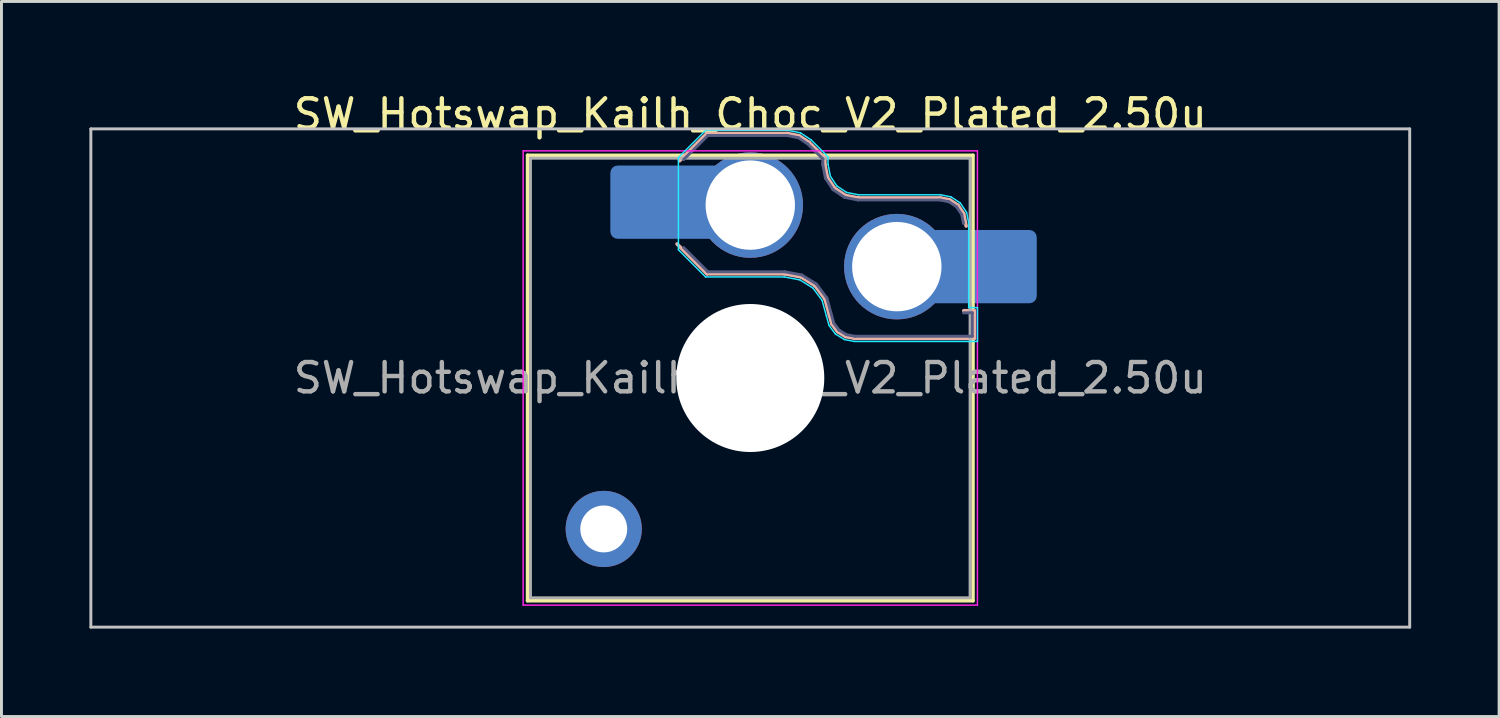
<source format=kicad_pcb>
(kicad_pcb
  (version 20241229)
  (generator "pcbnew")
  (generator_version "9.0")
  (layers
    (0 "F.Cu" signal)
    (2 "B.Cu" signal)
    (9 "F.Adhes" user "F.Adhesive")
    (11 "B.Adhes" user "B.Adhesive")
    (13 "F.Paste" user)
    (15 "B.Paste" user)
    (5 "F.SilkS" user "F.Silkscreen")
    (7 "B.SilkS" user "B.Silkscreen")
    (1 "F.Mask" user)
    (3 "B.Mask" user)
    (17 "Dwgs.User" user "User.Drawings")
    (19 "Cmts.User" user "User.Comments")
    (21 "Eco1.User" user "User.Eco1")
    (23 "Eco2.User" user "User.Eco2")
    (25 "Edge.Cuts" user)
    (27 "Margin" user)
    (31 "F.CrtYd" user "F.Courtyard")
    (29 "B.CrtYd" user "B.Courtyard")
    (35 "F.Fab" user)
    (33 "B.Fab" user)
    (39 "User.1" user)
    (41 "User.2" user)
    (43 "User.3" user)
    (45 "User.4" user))
  (footprint "SW_Hotswap_Kailh_Choc_V2_Plated_2.50u"
    (layer "F.Cu")
    (at 22.55 9.848)
    (property "Reference" "SW_Hotswap_Kailh_Choc_V2_Plated_2.50u" (at 0 -9 0) (layer "F.SilkS") (effects (font (size 1 1) (thickness 0.15))))
    (attr smd)
    (fp_line (start -7.6 -7.6) (end -7.6 7.6) (stroke (width 0.12) (type solid)) (layer "F.SilkS"))
    (fp_line (start -7.6 7.6) (end 7.6 7.6) (stroke (width 0.12) (type solid)) (layer "F.SilkS"))
    (fp_line (start 7.6 -7.6) (end -7.6 -7.6) (stroke (width 0.12) (type solid)) (layer "F.SilkS"))
    (fp_line (start 7.6 7.6) (end 7.6 -7.6) (stroke (width 0.12) (type solid)) (layer "F.SilkS"))
    (fp_line (start -2.416 -7.409) (end -1.479 -8.346) (stroke (width 0.12) (type solid)) (layer "B.SilkS"))
    (fp_line (start -1.479 -8.346) (end 1.268 -8.346) (stroke (width 0.12) (type solid)) (layer "B.SilkS"))
    (fp_line (start -1.479 -3.554) (end -2.5 -4.575) (stroke (width 0.12) (type solid)) (layer "B.SilkS"))
    (fp_line (start 1.168 -3.554) (end -1.479 -3.554) (stroke (width 0.12) (type solid)) (layer "B.SilkS"))
    (fp_line (start 1.268 -8.346) (end 1.671 -8.266) (stroke (width 0.12) (type solid)) (layer "B.SilkS"))
    (fp_line (start 1.671 -8.266) (end 2.013 -8.037) (stroke (width 0.12) (type solid)) (layer "B.SilkS"))
    (fp_line (start 1.73 -3.449) (end 1.168 -3.554) (stroke (width 0.12) (type solid)) (layer "B.SilkS"))
    (fp_line (start 2.013 -8.037) (end 2.546 -7.504) (stroke (width 0.12) (type solid)) (layer "B.SilkS"))
    (fp_line (start 2.209 -3.15) (end 1.73 -3.449) (stroke (width 0.12) (type solid)) (layer "B.SilkS"))
    (fp_line (start 2.546 -7.504) (end 2.546 -7.282) (stroke (width 0.12) (type solid)) (layer "B.SilkS"))
    (fp_line (start 2.546 -7.282) (end 2.633 -6.844) (stroke (width 0.12) (type solid)) (layer "B.SilkS"))
    (fp_line (start 2.547 -2.697) (end 2.209 -3.15) (stroke (width 0.12) (type solid)) (layer "B.SilkS"))
    (fp_line (start 2.633 -6.844) (end 2.877 -6.477) (stroke (width 0.12) (type solid)) (layer "B.SilkS"))
    (fp_line (start 2.701 -2.139) (end 2.547 -2.697) (stroke (width 0.12) (type solid)) (layer "B.SilkS"))
    (fp_line (start 2.783 -1.841) (end 2.701 -2.139) (stroke (width 0.12) (type solid)) (layer "B.SilkS"))
    (fp_line (start 2.877 -6.477) (end 3.244 -6.233) (stroke (width 0.12) (type solid)) (layer "B.SilkS"))
    (fp_line (start 2.976 -1.583) (end 2.783 -1.841) (stroke (width 0.12) (type solid)) (layer "B.SilkS"))
    (fp_line (start 3.244 -6.233) (end 3.682 -6.146) (stroke (width 0.12) (type solid)) (layer "B.SilkS"))
    (fp_line (start 3.25 -1.413) (end 2.976 -1.583) (stroke (width 0.12) (type solid)) (layer "B.SilkS"))
    (fp_line (start 3.56 -1.354) (end 3.25 -1.413) (stroke (width 0.12) (type solid)) (layer "B.SilkS"))
    (fp_line (start 3.682 -6.146) (end 6.482 -6.146) (stroke (width 0.12) (type solid)) (layer "B.SilkS"))
    (fp_line (start 6.482 -6.146) (end 6.809 -6.081) (stroke (width 0.12) (type solid)) (layer "B.SilkS"))
    (fp_line (start 6.809 -6.081) (end 7.092 -5.892) (stroke (width 0.12) (type solid)) (layer "B.SilkS"))
    (fp_line (start 7.092 -5.892) (end 7.281 -5.609) (stroke (width 0.12) (type solid)) (layer "B.SilkS"))
    (fp_line (start 7.281 -5.609) (end 7.366 -5.182) (stroke (width 0.12) (type solid)) (layer "B.SilkS"))
    (fp_line (start 7.283 -2.296) (end 7.646 -2.296) (stroke (width 0.12) (type solid)) (layer "B.SilkS"))
    (fp_line (start 7.646 -2.296) (end 7.646 -1.354) (stroke (width 0.12) (type solid)) (layer "B.SilkS"))
    (fp_line (start 7.646 -1.354) (end 3.56 -1.354) (stroke (width 0.12) (type solid)) (layer "B.SilkS"))
    (fp_line (start -22.5 -8.5) (end -22.5 8.5) (stroke (width 0.1) (type solid)) (layer "Dwgs.User"))
    (fp_line (start -22.5 8.5) (end 22.5 8.5) (stroke (width 0.1) (type solid)) (layer "Dwgs.User"))
    (fp_line (start 22.5 -8.5) (end -22.5 -8.5) (stroke (width 0.1) (type solid)) (layer "Dwgs.User"))
    (fp_line (start 22.5 8.5) (end 22.5 -8.5) (stroke (width 0.1) (type solid)) (layer "Dwgs.User"))
    (fp_line (start -7.25 -7.25) (end -7.25 7.25) (stroke (width 0.1) (type solid)) (layer "Eco1.User"))
    (fp_line (start -7.25 7.25) (end 7.25 7.25) (stroke (width 0.1) (type solid)) (layer "Eco1.User"))
    (fp_line (start 7.25 -7.25) (end -7.25 -7.25) (stroke (width 0.1) (type solid)) (layer "Eco1.User"))
    (fp_line (start 7.25 7.25) (end 7.25 -7.25) (stroke (width 0.1) (type solid)) (layer "Eco1.User"))
    (fp_line (start -2.452 -7.523) (end -1.523 -8.452) (stroke (width 0.05) (type solid)) (layer "B.CrtYd"))
    (fp_line (start -2.452 -4.377) (end -2.452 -7.523) (stroke (width 0.05) (type solid)) (layer "B.CrtYd"))
    (fp_line (start -1.523 -8.452) (end 1.278 -8.452) (stroke (width 0.05) (type solid)) (layer "B.CrtYd"))
    (fp_line (start -1.523 -3.448) (end -2.452 -4.377) (stroke (width 0.05) (type solid)) (layer "B.CrtYd"))
    (fp_line (start 1.159 -3.448) (end -1.523 -3.448) (stroke (width 0.05) (type solid)) (layer "B.CrtYd"))
    (fp_line (start 1.278 -8.452) (end 1.712 -8.366) (stroke (width 0.05) (type solid)) (layer "B.CrtYd"))
    (fp_line (start 1.691 -3.348) (end 1.159 -3.448) (stroke (width 0.05) (type solid)) (layer "B.CrtYd"))
    (fp_line (start 1.712 -8.366) (end 2.081 -8.119) (stroke (width 0.05) (type solid)) (layer "B.CrtYd"))
    (fp_line (start 2.081 -8.119) (end 2.652 -7.548) (stroke (width 0.05) (type solid)) (layer "B.CrtYd"))
    (fp_line (start 2.136 -3.071) (end 1.691 -3.348) (stroke (width 0.05) (type solid)) (layer "B.CrtYd"))
    (fp_line (start 2.45 -2.65) (end 2.136 -3.071) (stroke (width 0.05) (type solid)) (layer "B.CrtYd"))
    (fp_line (start 2.599 -2.111) (end 2.45 -2.65) (stroke (width 0.05) (type solid)) (layer "B.CrtYd"))
    (fp_line (start 2.652 -7.548) (end 2.652 -7.292) (stroke (width 0.05) (type solid)) (layer "B.CrtYd"))
    (fp_line (start 2.652 -7.292) (end 2.733 -6.885) (stroke (width 0.05) (type solid)) (layer "B.CrtYd"))
    (fp_line (start 2.687 -1.794) (end 2.599 -2.111) (stroke (width 0.05) (type solid)) (layer "B.CrtYd"))
    (fp_line (start 2.733 -6.885) (end 2.953 -6.553) (stroke (width 0.05) (type solid)) (layer "B.CrtYd"))
    (fp_line (start 2.903 -1.503) (end 2.687 -1.794) (stroke (width 0.05) (type solid)) (layer "B.CrtYd"))
    (fp_line (start 2.953 -6.553) (end 3.285 -6.333) (stroke (width 0.05) (type solid)) (layer "B.CrtYd"))
    (fp_line (start 3.211 -1.312) (end 2.903 -1.503) (stroke (width 0.05) (type solid)) (layer "B.CrtYd"))
    (fp_line (start 3.285 -6.333) (end 3.692 -6.252) (stroke (width 0.05) (type solid)) (layer "B.CrtYd"))
    (fp_line (start 3.55 -1.248) (end 3.211 -1.312) (stroke (width 0.05) (type solid)) (layer "B.CrtYd"))
    (fp_line (start 3.692 -6.252) (end 6.492 -6.252) (stroke (width 0.05) (type solid)) (layer "B.CrtYd"))
    (fp_line (start 6.492 -6.252) (end 6.85 -6.181) (stroke (width 0.05) (type solid)) (layer "B.CrtYd"))
    (fp_line (start 6.85 -6.181) (end 7.168 -5.968) (stroke (width 0.05) (type solid)) (layer "B.CrtYd"))
    (fp_line (start 7.168 -5.968) (end 7.381 -5.65) (stroke (width 0.05) (type solid)) (layer "B.CrtYd"))
    (fp_line (start 7.381 -5.65) (end 7.452 -5.292) (stroke (width 0.05) (type solid)) (layer "B.CrtYd"))
    (fp_line (start 7.452 -5.292) (end 7.452 -2.402) (stroke (width 0.05) (type solid)) (layer "B.CrtYd"))
    (fp_line (start 7.452 -2.402) (end 7.752 -2.402) (stroke (width 0.05) (type solid)) (layer "B.CrtYd"))
    (fp_line (start 7.752 -2.402) (end 7.752 -1.248) (stroke (width 0.05) (type solid)) (layer "B.CrtYd"))
    (fp_line (start 7.752 -1.248) (end 3.55 -1.248) (stroke (width 0.05) (type solid)) (layer "B.CrtYd"))
    (fp_line (start -7.75 -7.75) (end -7.75 7.75) (stroke (width 0.05) (type solid)) (layer "F.CrtYd"))
    (fp_line (start -7.75 7.75) (end 7.75 7.75) (stroke (width 0.05) (type solid)) (layer "F.CrtYd"))
    (fp_line (start 7.75 -7.75) (end -7.75 -7.75) (stroke (width 0.05) (type solid)) (layer "F.CrtYd"))
    (fp_line (start 7.75 7.75) (end 7.75 -7.75) (stroke (width 0.05) (type solid)) (layer "F.CrtYd"))
    (fp_line (start -2.275 -7.45) (end -1.45 -8.275) (stroke (width 0.1) (type solid)) (layer "B.Fab"))
    (fp_line (start -1.45 -8.275) (end 1.261 -8.275) (stroke (width 0.1) (type solid)) (layer "B.Fab"))
    (fp_line (start -1.45 -3.625) (end -2.275 -4.45) (stroke (width 0.1) (type solid)) (layer "B.Fab"))
    (fp_line (start 1.175 -3.625) (end -1.45 -3.625) (stroke (width 0.1) (type solid)) (layer "B.Fab"))
    (fp_line (start 1.261 -8.275) (end 1.643 -8.199) (stroke (width 0.1) (type solid)) (layer "B.Fab"))
    (fp_line (start 1.643 -8.199) (end 1.968 -7.982) (stroke (width 0.1) (type solid)) (layer "B.Fab"))
    (fp_line (start 1.756 -3.516) (end 1.175 -3.625) (stroke (width 0.1) (type solid)) (layer "B.Fab"))
    (fp_line (start 1.968 -7.982) (end 2.475 -7.475) (stroke (width 0.1) (type solid)) (layer "B.Fab"))
    (fp_line (start 2.258 -3.203) (end 1.756 -3.516) (stroke (width 0.1) (type solid)) (layer "B.Fab"))
    (fp_line (start 2.475 -7.475) (end 2.475 -7.275) (stroke (width 0.1) (type solid)) (layer "B.Fab"))
    (fp_line (start 2.475 -7.275) (end 2.566 -6.816) (stroke (width 0.1) (type solid)) (layer "B.Fab"))
    (fp_line (start 2.566 -6.816) (end 2.826 -6.426) (stroke (width 0.1) (type solid)) (layer "B.Fab"))
    (fp_line (start 2.612 -2.729) (end 2.258 -3.203) (stroke (width 0.1) (type solid)) (layer "B.Fab"))
    (fp_line (start 2.769 -2.158) (end 2.612 -2.729) (stroke (width 0.1) (type solid)) (layer "B.Fab"))
    (fp_line (start 2.826 -6.426) (end 3.216 -6.166) (stroke (width 0.1) (type solid)) (layer "B.Fab"))
    (fp_line (start 2.848 -1.873) (end 2.769 -2.158) (stroke (width 0.1) (type solid)) (layer "B.Fab"))
    (fp_line (start 3.025 -1.636) (end 2.848 -1.873) (stroke (width 0.1) (type solid)) (layer "B.Fab"))
    (fp_line (start 3.216 -6.166) (end 3.675 -6.075) (stroke (width 0.1) (type solid)) (layer "B.Fab"))
    (fp_line (start 3.276 -1.48) (end 3.025 -1.636) (stroke (width 0.1) (type solid)) (layer "B.Fab"))
    (fp_line (start 3.567 -1.425) (end 3.276 -1.48) (stroke (width 0.1) (type solid)) (layer "B.Fab"))
    (fp_line (start 3.675 -6.075) (end 6.475 -6.075) (stroke (width 0.1) (type solid)) (layer "B.Fab"))
    (fp_line (start 6.475 -6.075) (end 6.781 -6.014) (stroke (width 0.1) (type solid)) (layer "B.Fab"))
    (fp_line (start 6.781 -6.014) (end 7.041 -5.841) (stroke (width 0.1) (type solid)) (layer "B.Fab"))
    (fp_line (start 7.041 -5.841) (end 7.214 -5.581) (stroke (width 0.1) (type solid)) (layer "B.Fab"))
    (fp_line (start 7.214 -5.581) (end 7.275 -5.275) (stroke (width 0.1) (type solid)) (layer "B.Fab"))
    (fp_line (start 7.275 -2.225) (end 7.575 -2.225) (stroke (width 0.1) (type solid)) (layer "B.Fab"))
    (fp_line (start 7.575 -2.225) (end 7.575 -1.425) (stroke (width 0.1) (type solid)) (layer "B.Fab"))
    (fp_line (start 7.575 -1.425) (end 3.567 -1.425) (stroke (width 0.1) (type solid)) (layer "B.Fab"))
    (fp_line (start -7.5 -7.5) (end -7.5 7.5) (stroke (width 0.1) (type solid)) (layer "F.Fab"))
    (fp_line (start -7.5 7.5) (end 7.5 7.5) (stroke (width 0.1) (type solid)) (layer "F.Fab"))
    (fp_line (start 7.5 -7.5) (end -7.5 -7.5) (stroke (width 0.1) (type solid)) (layer "F.Fab"))
    (fp_line (start 7.5 7.5) (end 7.5 -7.5) (stroke (width 0.1) (type solid)) (layer "F.Fab"))
    (fp_text user "${REFERENCE}" (at 0 0 0) (layer "F.Fab") (effects (font (size 1 1) (thickness 0.15))))
    (pad "" thru_hole circle (at -5 5.15) (size 2.6 2.6) (drill 1.6) (layers "*.Cu" "*.Mask"))
    (pad "" smd roundrect (at -3.5 -6) (size 2.55 2.5) (layers "B.Mask" "B.Paste") (roundrect_rratio 0.1))
    (pad "" np_thru_hole circle (at 0 0) (size 5.05 5.05) (drill 5.05) (layers "*.Cu" "*.Mask"))
    (pad "" smd roundrect (at 8.5 -3.8) (size 2.55 2.5) (layers "B.Mask" "B.Paste") (roundrect_rratio 0.1))
    (pad "1" smd roundrect (at -2.85 -6) (size 3.85 2.5) (layers "B.Cu") (roundrect_rratio 0.1))
    (pad "1" thru_hole circle (at 0 -5.9) (size 3.6 3.6) (drill 3.05) (layers "*.Cu" "*.Mask"))
    (pad "2" thru_hole circle (at 5 -3.8) (size 3.6 3.6) (drill 3.05) (layers "*.Cu" "*.Mask"))
    (pad "2" smd roundrect (at 7.85 -3.8) (size 3.85 2.5) (layers "B.Cu") (roundrect_rratio 0.1)))
  (gr_rect
    (start -3 -3)
    (end 48.1 21.398)
    (stroke (width 0.1) (type default))
    (fill no)
    (layer "Edge.Cuts")))
</source>
